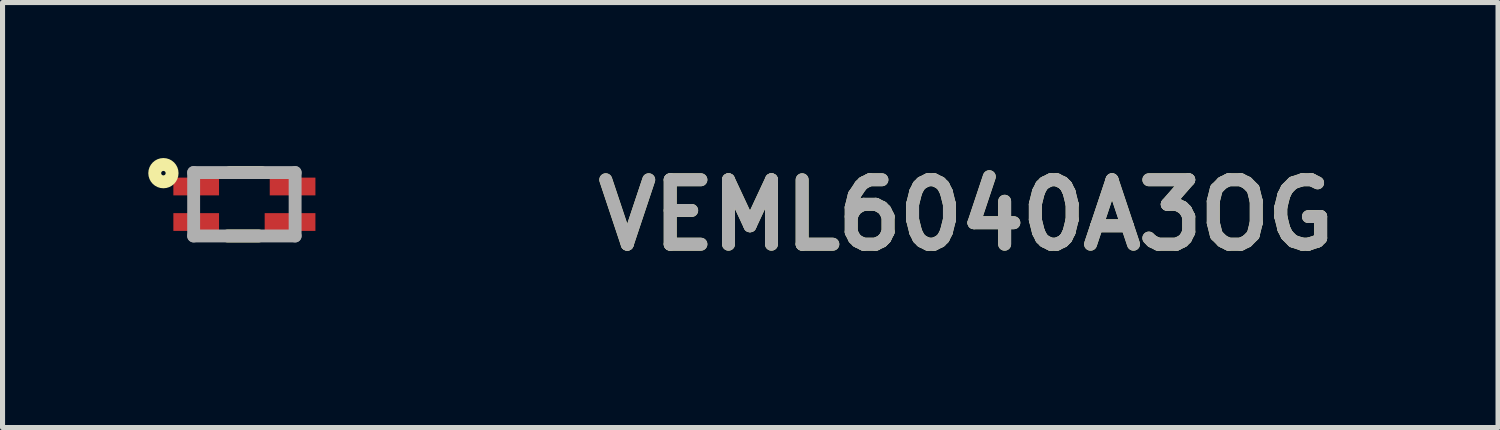
<source format=kicad_pcb>
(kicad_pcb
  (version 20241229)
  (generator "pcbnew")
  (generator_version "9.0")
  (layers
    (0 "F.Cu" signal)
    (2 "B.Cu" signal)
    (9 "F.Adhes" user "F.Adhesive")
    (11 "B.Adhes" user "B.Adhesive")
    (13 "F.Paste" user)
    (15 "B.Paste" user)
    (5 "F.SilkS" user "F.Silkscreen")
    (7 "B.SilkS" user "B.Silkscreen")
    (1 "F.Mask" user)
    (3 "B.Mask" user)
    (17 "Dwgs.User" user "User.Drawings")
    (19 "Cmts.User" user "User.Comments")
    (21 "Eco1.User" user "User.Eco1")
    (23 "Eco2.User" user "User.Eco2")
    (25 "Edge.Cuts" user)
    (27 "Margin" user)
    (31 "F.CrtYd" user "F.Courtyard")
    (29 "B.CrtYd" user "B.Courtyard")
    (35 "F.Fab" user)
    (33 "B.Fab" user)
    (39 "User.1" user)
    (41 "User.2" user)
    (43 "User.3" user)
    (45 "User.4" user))
  (footprint "VEML6040A3OG"
    (layer "F.Cu")
    (at 1.767 0.976)
    (property "Reference" "VEML6040A3OG" (at 14.229 0.213 0) (layer "F.SilkS") (effects (font (size 1.27 1.27) (thickness 0.254))))
    (attr smd)
    (fp_line (start -0.33 0.625) (end 0.281 0.625) (stroke (width 0.254) (type solid)) (layer "F.SilkS"))
    (fp_line (start -0.286 -0.625) (end 0.339 -0.625) (stroke (width 0.254) (type solid)) (layer "F.SilkS"))
    (fp_circle (center -1.596 -0.613) (end -1.596 -0.569) (stroke (width 0.254) (type solid)) (fill no) (layer "F.SilkS"))
    (fp_line (start -1 -0.625) (end 1 -0.625) (stroke (width 0.254) (type solid)) (layer "F.Fab"))
    (fp_line (start -1 0.625) (end -1 -0.625) (stroke (width 0.254) (type solid)) (layer "F.Fab"))
    (fp_line (start 1 -0.625) (end 1 0.625) (stroke (width 0.254) (type solid)) (layer "F.Fab"))
    (fp_line (start 1 0.625) (end -1 0.625) (stroke (width 0.254) (type solid)) (layer "F.Fab"))
    (fp_text user "${REFERENCE}" (at 14.229 0.213 0) (layer "F.Fab") (effects (font (size 1.27 1.27) (thickness 0.254))))
    (pad "1" smd rect (at -0.95 -0.35 90) (size 0.35 0.9) (layers "F.Cu" "F.Mask" "F.Paste"))
    (pad "2" smd rect (at -0.95 0.35 90) (size 0.35 0.9) (layers "F.Cu" "F.Mask" "F.Paste"))
    (pad "3" smd rect (at 0.9 0.35 90) (size 0.35 1) (layers "F.Cu" "F.Mask" "F.Paste"))
    (pad "4" smd rect (at 0.95 -0.35 90) (size 0.35 0.9) (layers "F.Cu" "F.Mask" "F.Paste")))
  (gr_rect
    (start -3 -3)
    (end 26.477 5.377)
    (stroke (width 0.1) (type default))
    (fill no)
    (layer "Edge.Cuts")))
</source>
